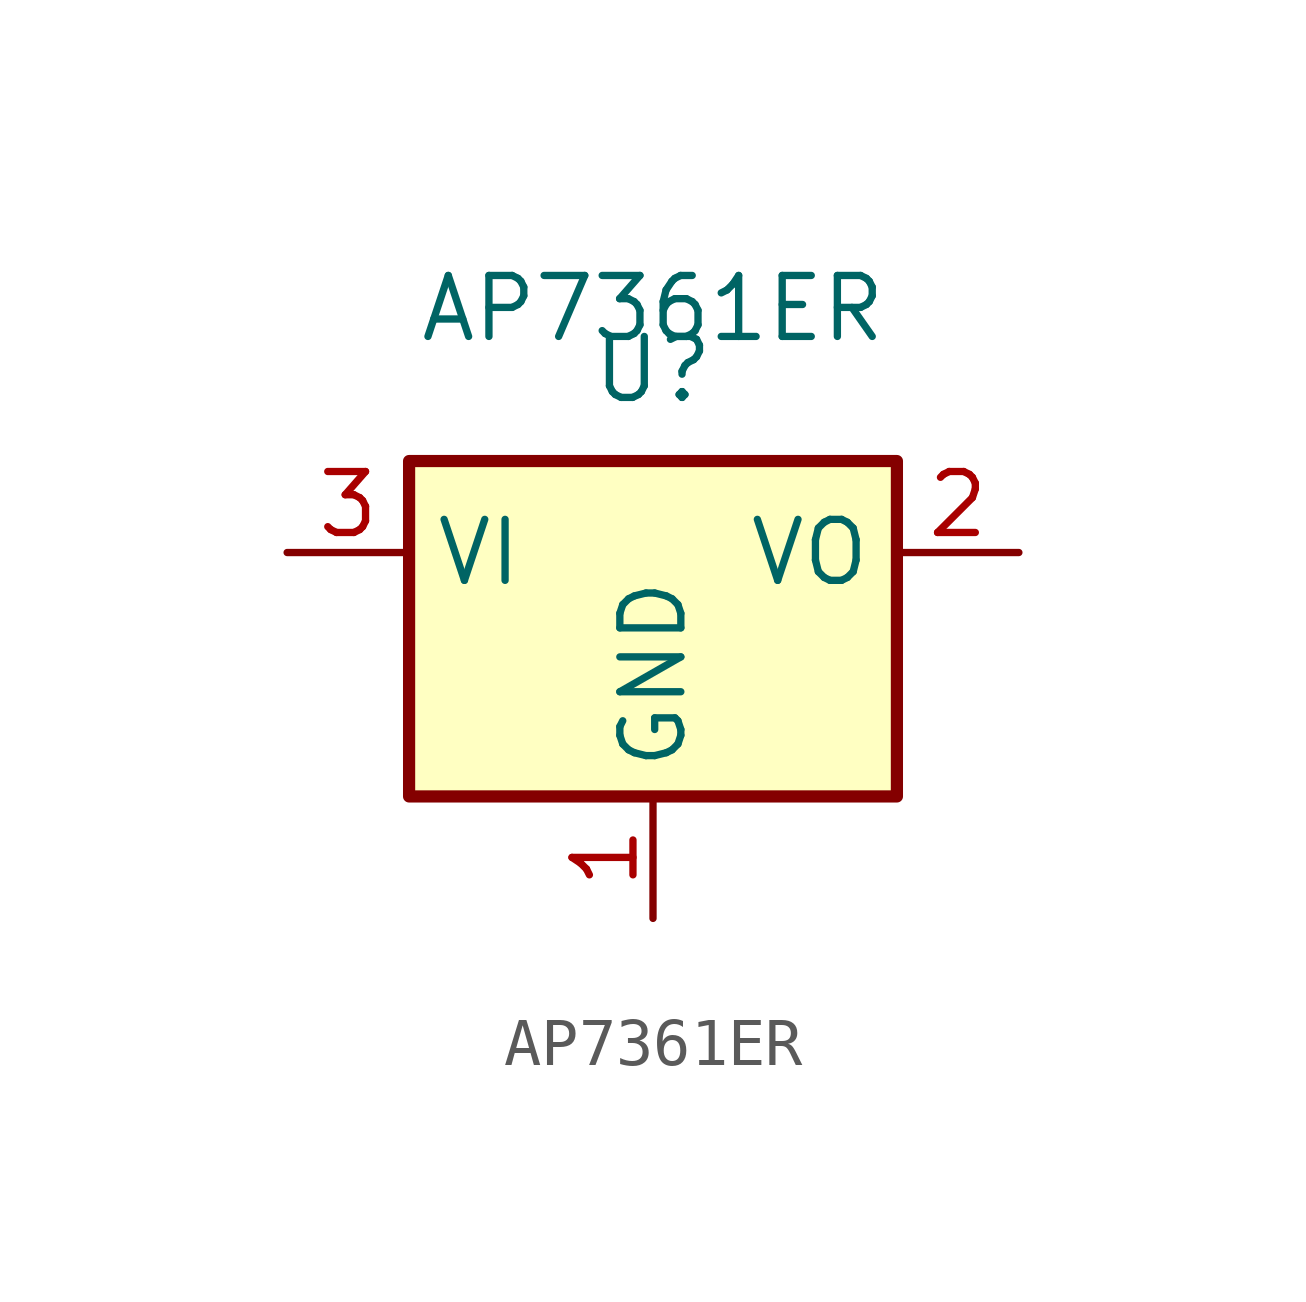
<source format=kicad_sym>
(kicad_symbol_lib
  (version 20211014)
  (generator kicad_symbol_editor)
  (symbol "AP7361ER"
    (property "Reference" "U"
      (at 0 0 0)
      (effects (font (size 1.27 1.27))))
    (property "Value" "AP7361ER"
      (at 0 1.27 0)
      (effects (font (size 1.27 1.27))))
    (symbol "AP7361ER_0_0"
      (text "" (at -2.54 -3.81 0) (effects (font (size 1.27 1.27)))))
    (symbol "AP7361ER_0_1"
      (rectangle (start -5.08 -1.905) (end 5.08 -8.89) (stroke (width 0.254) (type default) (color 0 0 0 0)) (fill (type background))))
    (symbol "AP7361ER_1_1"
      (pin power_in line (at 0 -11.43 90) (length 2.54) (name "GND" (effects (font (size 1.27 1.27)))) (number "1" (effects (font (size 1.27 1.27)))))
      (pin power_out line (at 7.62 -3.81 180) (length 2.54) (name "VO" (effects (font (size 1.27 1.27)))) (number "2" (effects (font (size 1.27 1.27)))))
      (pin power_in line (at -7.62 -3.81 0) (length 2.54) (name "VI" (effects (font (size 1.27 1.27)))) (number "3" (effects (font (size 1.27 1.27))))))))
</source>
